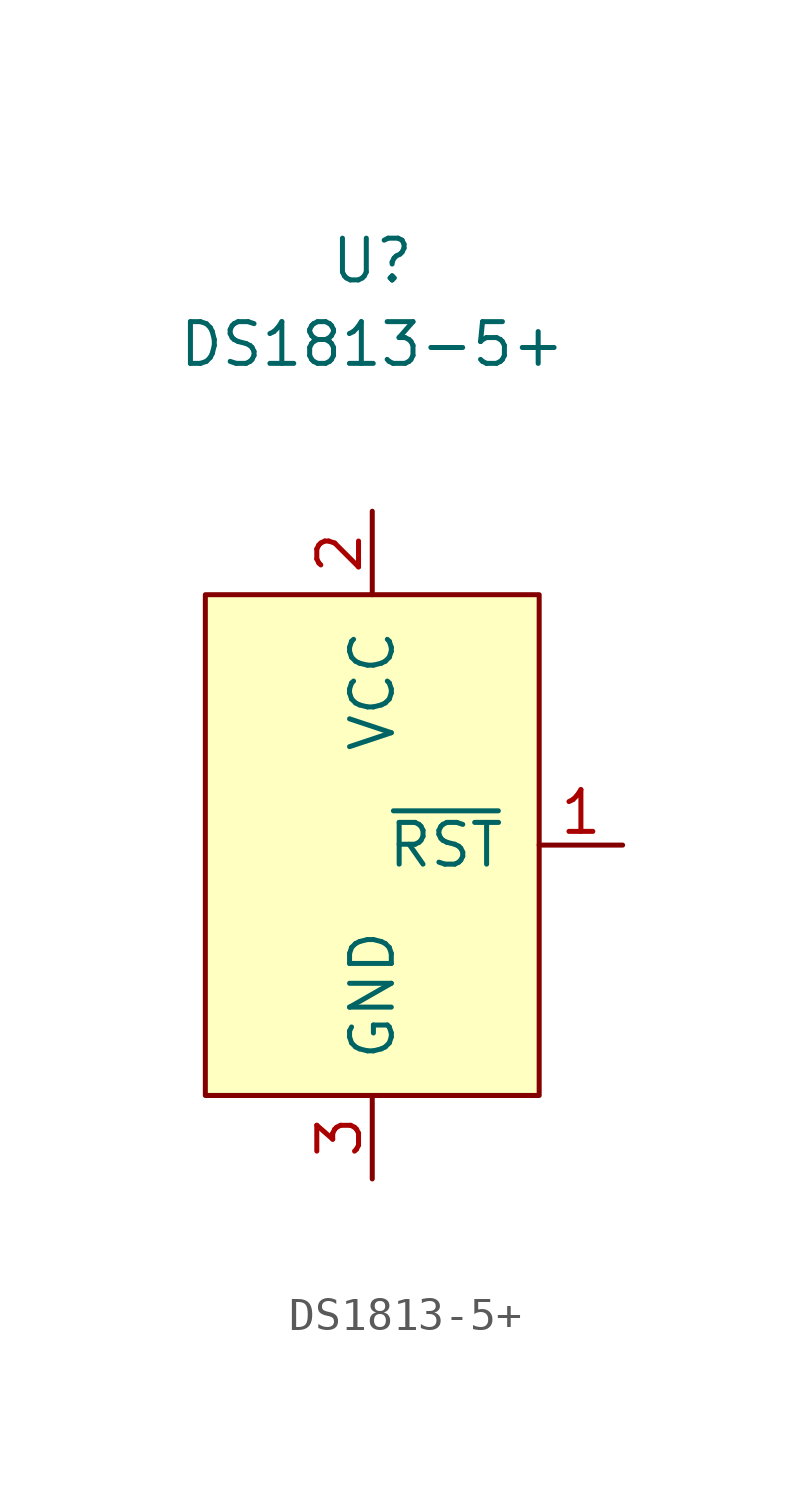
<source format=kicad_sym>
(kicad_symbol_lib
  (version 20220914)
  (generator kicad_symbol_editor)
  (symbol "DS1813-5+"
    (pin_names
      (offset 1.016))
    (property "Reference" "U"
      (at 0 2.54 0)
      (effects (font (size 1.27 1.27))))
    (property "Value" "DS1813-5+"
      (at 0 0 0)
      (effects (font (size 1.27 1.27))))
    (symbol "DS1813-5+_0_1"
      (rectangle (start -5.08 -7.62) (end 5.08 -22.86) (stroke (width 0) (type default)) (fill (type background))))
    (symbol "DS1813-5+_1_1"
      (pin bidirectional line (at 7.62 -15.24 180) (length 2.54) (name "~{RST}" (effects (font (size 1.27 1.27)))) (number "1" (effects (font (size 1.27 1.27)))))
      (pin power_in line (at 0 -5.08 270) (length 2.54) (name "VCC" (effects (font (size 1.27 1.27)))) (number "2" (effects (font (size 1.27 1.27)))))
      (pin power_in line (at 0 -25.4 90) (length 2.54) (name "GND" (effects (font (size 1.27 1.27)))) (number "3" (effects (font (size 1.27 1.27))))))))
</source>
